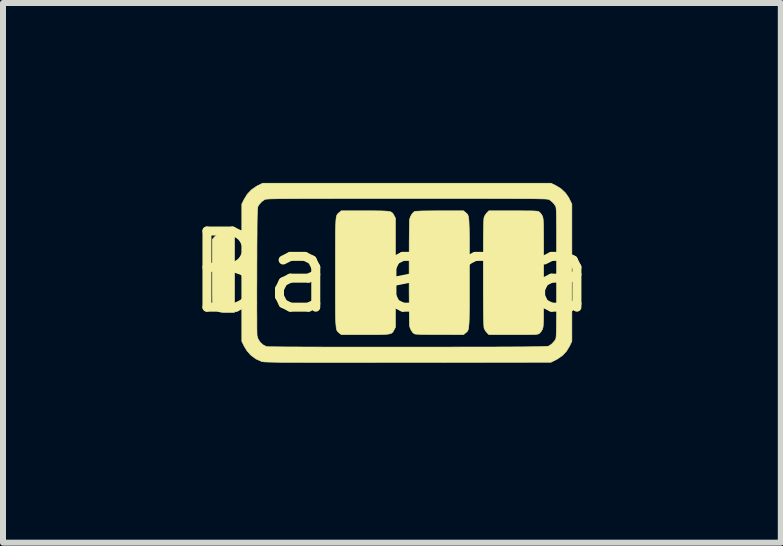
<source format=kicad_pcb>
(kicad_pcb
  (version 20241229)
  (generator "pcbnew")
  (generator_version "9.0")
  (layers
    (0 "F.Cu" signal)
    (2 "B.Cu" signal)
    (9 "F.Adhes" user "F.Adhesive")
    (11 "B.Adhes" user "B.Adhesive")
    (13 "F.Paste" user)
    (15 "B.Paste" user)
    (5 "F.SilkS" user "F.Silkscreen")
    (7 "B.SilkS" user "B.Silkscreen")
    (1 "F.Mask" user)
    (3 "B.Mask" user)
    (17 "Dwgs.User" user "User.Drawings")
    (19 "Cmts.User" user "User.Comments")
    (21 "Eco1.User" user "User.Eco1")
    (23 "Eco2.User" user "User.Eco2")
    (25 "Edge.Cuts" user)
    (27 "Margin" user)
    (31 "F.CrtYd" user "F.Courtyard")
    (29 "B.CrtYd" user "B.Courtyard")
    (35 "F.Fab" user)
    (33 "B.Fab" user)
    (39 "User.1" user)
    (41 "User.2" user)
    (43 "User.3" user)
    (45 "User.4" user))
  (footprint "Batería"
    (layer "F.Cu")
    (at 3.485 1.492)
    (property "Reference" "Batería" (at 0 0 0) (layer "F.SilkS") (effects (font (size 1.27 1.27) (thickness 0.15))))
    (attr through_hole)
    (fp_poly (pts (xy -2.625 0.667) (xy -2.744 0.667) (xy -2.799 0.666) (xy -2.839 0.664) (xy -2.869 0.659) (xy -2.894 0.651) (xy -2.909 0.644) (xy -2.927 0.635) (xy -2.943 0.627) (xy -2.956 0.617) (xy -2.966 0.605) (xy -2.975 0.589) (xy -2.982 0.566) (xy -2.987 0.535) (xy -2.99 0.495) (xy -2.993 0.443) (xy -2.994 0.378) (xy -2.995 0.298) (xy -2.995 0.201) (xy -2.995 0.086) (xy -2.995 0.003) (xy -2.995 -0.549) (xy -2.966 -0.583) (xy -2.942 -0.608) (xy -2.914 -0.625) (xy -2.879 -0.637) (xy -2.833 -0.643) (xy -2.772 -0.645) (xy -2.747 -0.646) (xy -2.625 -0.646) (xy -2.625 0.667)) (stroke (width 0.01) (type solid)) (fill yes) (layer "F.SilkS"))
    (fp_poly (pts (xy -0.34 -1.027) (xy -0.251 -1.026) (xy -0.179 -1.025) (xy -0.122 -1.023) (xy -0.078 -1.02) (xy -0.045 -1.015) (xy -0.02 -1.009) (xy -0.003 -1) (xy 0.01 -0.988) (xy 0.021 -0.974) (xy 0.031 -0.956) (xy 0.034 -0.95) (xy 0.058 -0.905) (xy 0.058 0.915) (xy 0.034 0.96) (xy 0.024 0.979) (xy 0.014 0.995) (xy 0.002 1.007) (xy -0.014 1.017) (xy -0.036 1.024) (xy -0.067 1.029) (xy -0.107 1.033) (xy -0.16 1.035) (xy -0.227 1.037) (xy -0.31 1.037) (xy -0.412 1.037) (xy -0.845 1.037) (xy -0.879 1.009) (xy -0.89 1) (xy -0.899 0.991) (xy -0.908 0.982) (xy -0.915 0.971) (xy -0.921 0.957) (xy -0.926 0.938) (xy -0.93 0.913) (xy -0.933 0.88) (xy -0.936 0.838) (xy -0.938 0.786) (xy -0.94 0.723) (xy -0.941 0.647) (xy -0.941 0.556) (xy -0.942 0.45) (xy -0.942 0.327) (xy -0.942 0.186) (xy -0.942 0.025) (xy -0.942 0.005) (xy -0.942 -0.158) (xy -0.942 -0.302) (xy -0.942 -0.427) (xy -0.941 -0.534) (xy -0.941 -0.627) (xy -0.94 -0.704) (xy -0.938 -0.769) (xy -0.936 -0.822) (xy -0.934 -0.865) (xy -0.931 -0.899) (xy -0.926 -0.925) (xy -0.921 -0.945) (xy -0.915 -0.959) (xy -0.908 -0.971) (xy -0.9 -0.98) (xy -0.891 -0.988) (xy -0.88 -0.997) (xy -0.879 -0.998) (xy -0.845 -1.027) (xy -0.448 -1.027) (xy -0.34 -1.027)) (stroke (width 0.01) (type solid)) (fill yes) (layer "F.SilkS"))
    (fp_poly (pts (xy 1.228 -0.998) (xy 1.239 -0.989) (xy 1.249 -0.981) (xy 1.257 -0.972) (xy 1.264 -0.961) (xy 1.27 -0.946) (xy 1.275 -0.927) (xy 1.279 -0.902) (xy 1.283 -0.869) (xy 1.285 -0.828) (xy 1.287 -0.776) (xy 1.289 -0.712) (xy 1.29 -0.636) (xy 1.291 -0.546) (xy 1.291 -0.44) (xy 1.291 -0.317) (xy 1.291 -0.175) (xy 1.291 -0.014) (xy 1.291 0.005) (xy 1.291 0.169) (xy 1.291 0.312) (xy 1.291 0.437) (xy 1.291 0.545) (xy 1.29 0.637) (xy 1.289 0.715) (xy 1.288 0.78) (xy 1.286 0.833) (xy 1.283 0.875) (xy 1.28 0.909) (xy 1.276 0.935) (xy 1.271 0.955) (xy 1.265 0.97) (xy 1.258 0.981) (xy 1.25 0.99) (xy 1.24 0.999) (xy 1.23 1.007) (xy 1.228 1.009) (xy 1.194 1.037) (xy 0.796 1.036) (xy 0.694 1.036) (xy 0.603 1.035) (xy 0.525 1.034) (xy 0.461 1.032) (xy 0.414 1.03) (xy 0.384 1.027) (xy 0.376 1.025) (xy 0.349 1.004) (xy 0.323 0.968) (xy 0.303 0.925) (xy 0.295 0.897) (xy 0.294 0.878) (xy 0.292 0.841) (xy 0.291 0.786) (xy 0.29 0.716) (xy 0.289 0.632) (xy 0.288 0.538) (xy 0.288 0.434) (xy 0.287 0.323) (xy 0.287 0.206) (xy 0.287 0.087) (xy 0.287 -0.034) (xy 0.287 -0.155) (xy 0.287 -0.273) (xy 0.288 -0.386) (xy 0.288 -0.492) (xy 0.289 -0.59) (xy 0.29 -0.678) (xy 0.291 -0.753) (xy 0.292 -0.813) (xy 0.293 -0.857) (xy 0.295 -0.882) (xy 0.295 -0.886) (xy 0.31 -0.932) (xy 0.334 -0.973) (xy 0.362 -1.005) (xy 0.379 -1.015) (xy 0.397 -1.019) (xy 0.435 -1.021) (xy 0.494 -1.024) (xy 0.571 -1.025) (xy 0.667 -1.026) (xy 0.78 -1.027) (xy 0.799 -1.027) (xy 1.194 -1.027) (xy 1.228 -0.998)) (stroke (width 0.01) (type solid)) (fill yes) (layer "F.SilkS"))
    (fp_poly (pts (xy 2.128 -1.027) (xy 2.212 -1.026) (xy 2.28 -1.026) (xy 2.332 -1.025) (xy 2.372 -1.024) (xy 2.402 -1.022) (xy 2.423 -1.02) (xy 2.437 -1.017) (xy 2.448 -1.012) (xy 2.456 -1.007) (xy 2.461 -1.004) (xy 2.484 -0.979) (xy 2.505 -0.946) (xy 2.509 -0.937) (xy 2.513 -0.929) (xy 2.516 -0.919) (xy 2.518 -0.906) (xy 2.521 -0.888) (xy 2.523 -0.865) (xy 2.524 -0.835) (xy 2.526 -0.796) (xy 2.527 -0.747) (xy 2.527 -0.687) (xy 2.528 -0.615) (xy 2.528 -0.528) (xy 2.529 -0.425) (xy 2.529 -0.306) (xy 2.529 -0.169) (xy 2.529 -0.012) (xy 2.529 0.005) (xy 2.529 0.164) (xy 2.529 0.304) (xy 2.529 0.425) (xy 2.528 0.529) (xy 2.528 0.617) (xy 2.527 0.691) (xy 2.527 0.752) (xy 2.526 0.802) (xy 2.524 0.842) (xy 2.523 0.873) (xy 2.521 0.897) (xy 2.519 0.915) (xy 2.516 0.928) (xy 2.513 0.939) (xy 2.51 0.947) (xy 2.509 0.948) (xy 2.49 0.981) (xy 2.466 1.009) (xy 2.461 1.014) (xy 2.453 1.02) (xy 2.444 1.025) (xy 2.432 1.029) (xy 2.415 1.031) (xy 2.391 1.034) (xy 2.358 1.035) (xy 2.313 1.036) (xy 2.254 1.037) (xy 2.18 1.037) (xy 2.088 1.037) (xy 2.024 1.037) (xy 1.617 1.037) (xy 1.582 1.002) (xy 1.557 0.971) (xy 1.539 0.935) (xy 1.536 0.926) (xy 1.534 0.907) (xy 1.532 0.87) (xy 1.53 0.815) (xy 1.528 0.745) (xy 1.527 0.661) (xy 1.526 0.566) (xy 1.525 0.462) (xy 1.524 0.35) (xy 1.524 0.232) (xy 1.524 0.111) (xy 1.524 -0.012) (xy 1.524 -0.134) (xy 1.524 -0.255) (xy 1.525 -0.371) (xy 1.525 -0.481) (xy 1.526 -0.583) (xy 1.527 -0.675) (xy 1.529 -0.755) (xy 1.53 -0.821) (xy 1.532 -0.871) (xy 1.534 -0.904) (xy 1.536 -0.915) (xy 1.551 -0.949) (xy 1.575 -0.984) (xy 1.582 -0.992) (xy 1.617 -1.027) (xy 2.024 -1.027) (xy 2.128 -1.027)) (stroke (width 0.01) (type solid)) (fill yes) (layer "F.SilkS"))
    (fp_poly (pts (xy 2.734 -1.447) (xy 2.82 -1.394) (xy 2.891 -1.327) (xy 2.947 -1.247) (xy 2.962 -1.217) (xy 3 -1.138) (xy 3 1.148) (xy 2.962 1.228) (xy 2.91 1.314) (xy 2.842 1.386) (xy 2.758 1.444) (xy 2.732 1.458) (xy 2.652 1.498) (xy 0.265 1.5) (xy -0.000499 1.5) (xy -0.246 1.5) (xy -0.472 1.501) (xy -0.679 1.501) (xy -0.868 1.501) (xy -1.04 1.501) (xy -1.196 1.501) (xy -1.337 1.501) (xy -1.463 1.5) (xy -1.575 1.5) (xy -1.675 1.5) (xy -1.762 1.499) (xy -1.839 1.499) (xy -1.904 1.498) (xy -1.961 1.497) (xy -2.008 1.496) (xy -2.048 1.495) (xy -2.08 1.494) (xy -2.106 1.493) (xy -2.127 1.492) (xy -2.143 1.49) (xy -2.156 1.488) (xy -2.165 1.487) (xy -2.173 1.485) (xy -2.175 1.484) (xy -2.27 1.441) (xy -2.351 1.381) (xy -2.418 1.305) (xy -2.464 1.229) (xy -2.503 1.149) (xy -2.503 0.394) (xy -2.253 0.394) (xy -2.253 0.521) (xy -2.253 0.638) (xy -2.252 0.744) (xy -2.252 0.837) (xy -2.252 0.915) (xy -2.251 0.978) (xy -2.25 1.023) (xy -2.249 1.049) (xy -2.249 1.054) (xy -2.231 1.112) (xy -2.196 1.165) (xy -2.149 1.208) (xy -2.094 1.236) (xy -2.089 1.238) (xy -2.075 1.239) (xy -2.042 1.24) (xy -1.989 1.24) (xy -1.918 1.241) (xy -1.83 1.242) (xy -1.725 1.243) (xy -1.605 1.243) (xy -1.471 1.244) (xy -1.324 1.244) (xy -1.164 1.245) (xy -0.992 1.245) (xy -0.81 1.245) (xy -0.619 1.245) (xy -0.419 1.245) (xy -0.211 1.245) (xy 0.003 1.245) (xy 0.222 1.245) (xy 0.265 1.245) (xy 0.527 1.245) (xy 0.769 1.245) (xy 0.991 1.245) (xy 1.195 1.244) (xy 1.381 1.244) (xy 1.55 1.244) (xy 1.703 1.244) (xy 1.84 1.243) (xy 1.963 1.243) (xy 2.072 1.242) (xy 2.168 1.242) (xy 2.252 1.241) (xy 2.325 1.24) (xy 2.387 1.239) (xy 2.44 1.239) (xy 2.484 1.238) (xy 2.52 1.236) (xy 2.549 1.235) (xy 2.572 1.234) (xy 2.59 1.232) (xy 2.602 1.231) (xy 2.611 1.229) (xy 2.617 1.227) (xy 2.62 1.226) (xy 2.667 1.192) (xy 2.709 1.146) (xy 2.729 1.117) (xy 2.732 1.11) (xy 2.734 1.101) (xy 2.736 1.087) (xy 2.738 1.069) (xy 2.74 1.043) (xy 2.741 1.01) (xy 2.743 0.968) (xy 2.744 0.916) (xy 2.744 0.852) (xy 2.745 0.775) (xy 2.746 0.685) (xy 2.746 0.579) (xy 2.746 0.457) (xy 2.746 0.317) (xy 2.746 0.159) (xy 2.746 0.005) (xy 2.746 -0.171) (xy 2.746 -0.327) (xy 2.746 -0.464) (xy 2.746 -0.584) (xy 2.746 -0.687) (xy 2.745 -0.776) (xy 2.744 -0.851) (xy 2.744 -0.913) (xy 2.743 -0.964) (xy 2.741 -1.005) (xy 2.74 -1.037) (xy 2.738 -1.061) (xy 2.736 -1.079) (xy 2.734 -1.092) (xy 2.731 -1.101) (xy 2.729 -1.106) (xy 2.694 -1.154) (xy 2.649 -1.196) (xy 2.62 -1.215) (xy 2.615 -1.217) (xy 2.608 -1.219) (xy 2.597 -1.221) (xy 2.583 -1.222) (xy 2.563 -1.224) (xy 2.538 -1.225) (xy 2.506 -1.226) (xy 2.466 -1.227) (xy 2.419 -1.228) (xy 2.362 -1.229) (xy 2.295 -1.23) (xy 2.218 -1.23) (xy 2.129 -1.231) (xy 2.028 -1.231) (xy 1.913 -1.232) (xy 1.785 -1.232) (xy 1.642 -1.232) (xy 1.483 -1.233) (xy 1.307 -1.233) (xy 1.114 -1.233) (xy 0.903 -1.233) (xy 0.673 -1.233) (xy 0.423 -1.233) (xy 0.249 -1.233) (xy -0.014 -1.233) (xy -0.257 -1.233) (xy -0.481 -1.233) (xy -0.685 -1.233) (xy -0.872 -1.233) (xy -1.042 -1.232) (xy -1.195 -1.232) (xy -1.334 -1.232) (xy -1.457 -1.232) (xy -1.567 -1.231) (xy -1.664 -1.231) (xy -1.749 -1.23) (xy -1.822 -1.229) (xy -1.885 -1.229) (xy -1.939 -1.228) (xy -1.983 -1.227) (xy -2.02 -1.226) (xy -2.05 -1.225) (xy -2.073 -1.223) (xy -2.091 -1.222) (xy -2.104 -1.22) (xy -2.113 -1.219) (xy -2.119 -1.217) (xy -2.122 -1.215) (xy -2.17 -1.181) (xy -2.212 -1.135) (xy -2.231 -1.106) (xy -2.234 -1.099) (xy -2.237 -1.09) (xy -2.239 -1.076) (xy -2.241 -1.056) (xy -2.243 -1.03) (xy -2.244 -0.996) (xy -2.246 -0.953) (xy -2.247 -0.899) (xy -2.248 -0.833) (xy -2.249 -0.755) (xy -2.249 -0.662) (xy -2.25 -0.553) (xy -2.251 -0.428) (xy -2.251 -0.285) (xy -2.252 -0.122) (xy -2.252 -0.032) (xy -2.252 0.116) (xy -2.253 0.258) (xy -2.253 0.394) (xy -2.503 0.394) (xy -2.503 -1.139) (xy -2.464 -1.218) (xy -2.41 -1.306) (xy -2.341 -1.378) (xy -2.258 -1.436) (xy -2.234 -1.448) (xy -2.155 -1.487) (xy 2.652 -1.487) (xy 2.734 -1.447)) (stroke (width 0.01) (type solid)) (fill yes) (layer "F.SilkS")))
  (gr_rect
    (start -3 -3)
    (end 9.969 5.998)
    (stroke (width 0.1) (type default))
    (fill no)
    (layer "Edge.Cuts")))
</source>
